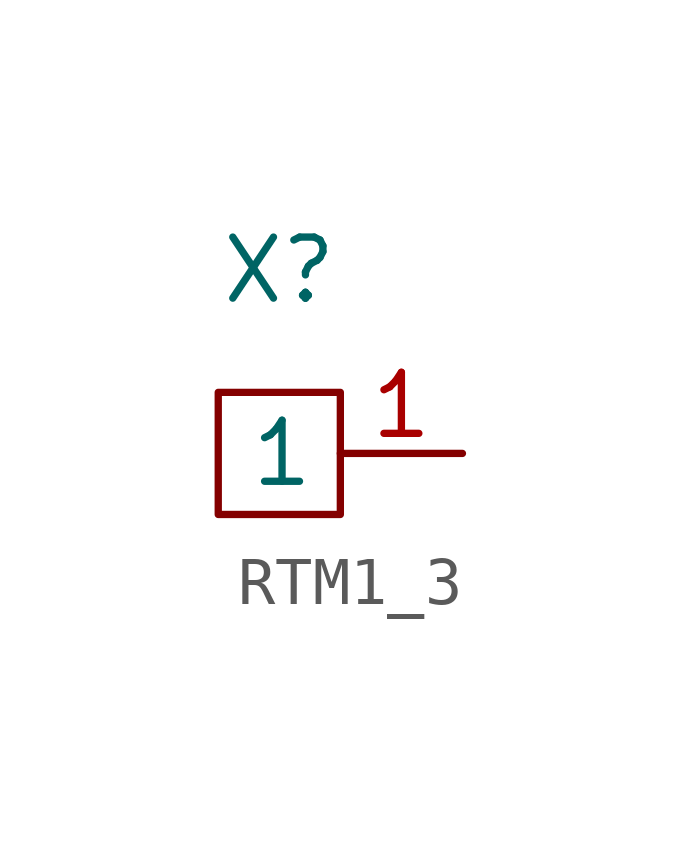
<source format=kicad_sym>
(kicad_symbol_lib
  (version 20241209)
  (generator "kicad_symbol_editor")
  (generator_version "9.0")
  (symbol "RTM1_3"
    (property "Reference" "X"
      (at 0 0 0)
      (effects (font (size 1.27 1.27))))
    (property "Value" ""
      (at 0 0 0)
      (effects (font (size 1.27 1.27))))
    (symbol "RTM1_3_1_1"
      (rectangle (start -1.27 -2.54) (end 1.27 -5.08) (stroke (width 0) (type default)) (fill (type none)))
      (pin passive line (at 3.81 -3.81 180) (length 2.54) (name "1" (effects (font (size 1.27 1.27)))) (number "1" (effects (font (size 1.27 1.27))))))))
</source>
